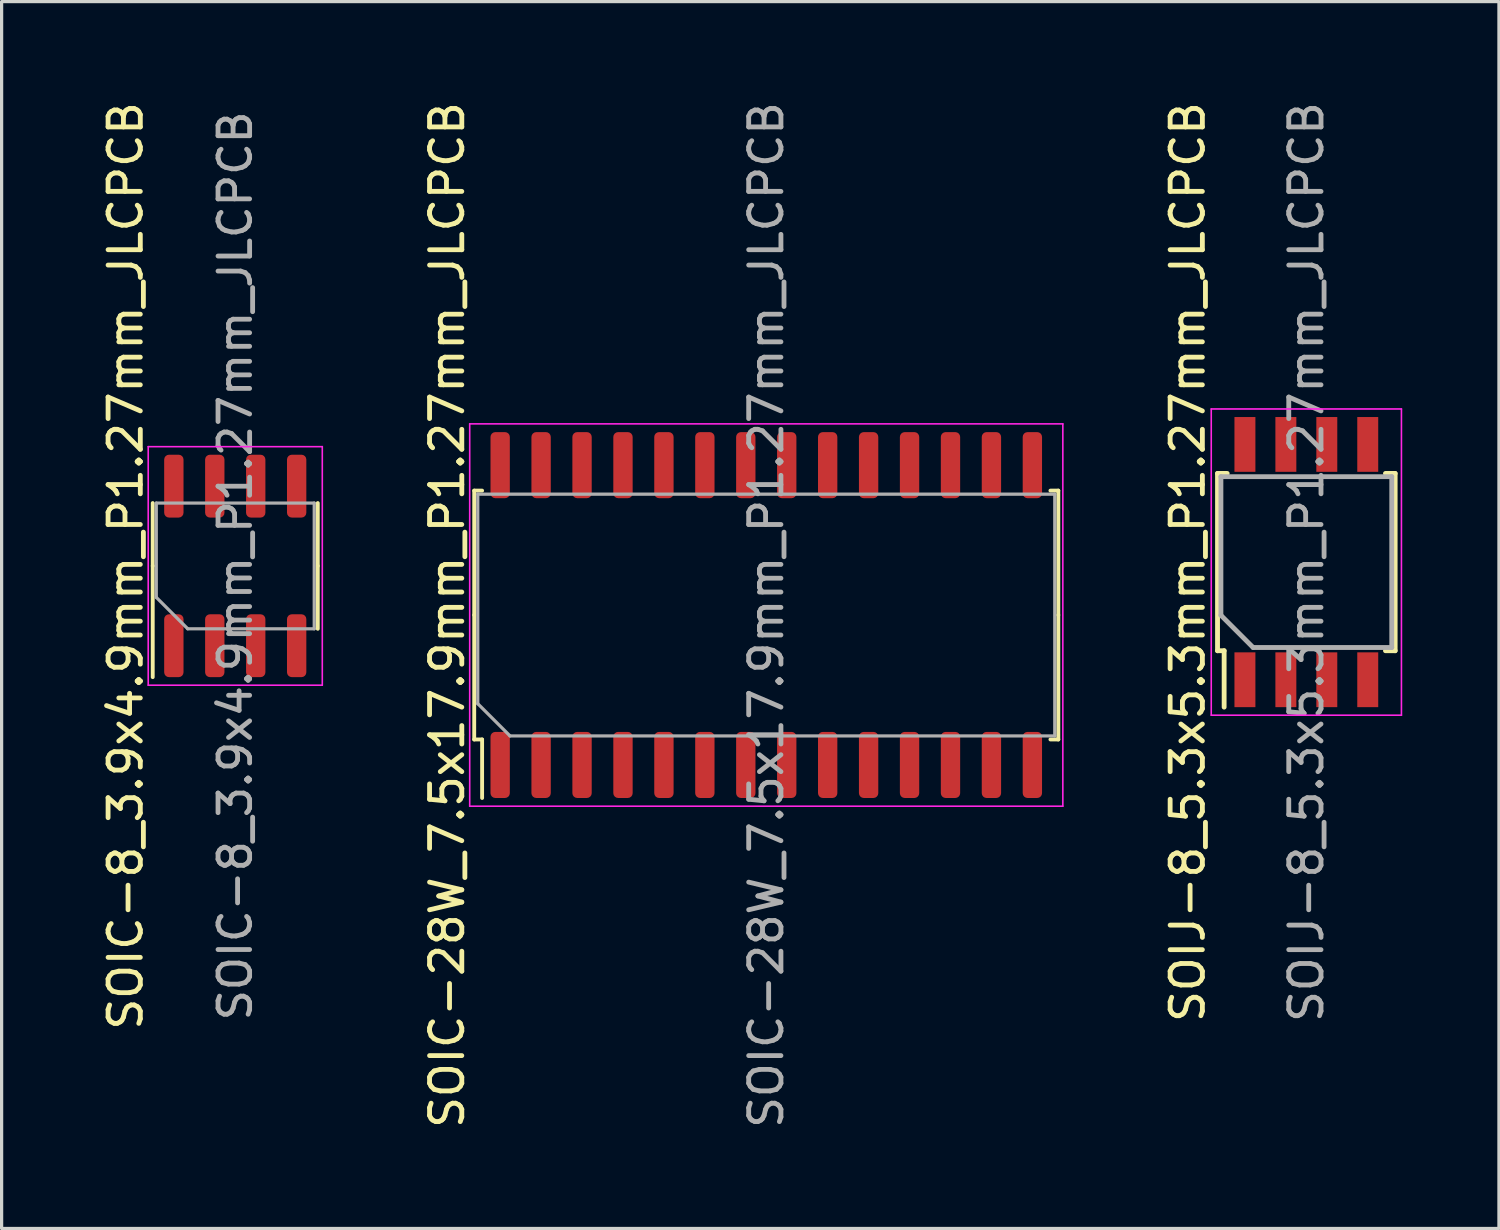
<source format=kicad_pcb>
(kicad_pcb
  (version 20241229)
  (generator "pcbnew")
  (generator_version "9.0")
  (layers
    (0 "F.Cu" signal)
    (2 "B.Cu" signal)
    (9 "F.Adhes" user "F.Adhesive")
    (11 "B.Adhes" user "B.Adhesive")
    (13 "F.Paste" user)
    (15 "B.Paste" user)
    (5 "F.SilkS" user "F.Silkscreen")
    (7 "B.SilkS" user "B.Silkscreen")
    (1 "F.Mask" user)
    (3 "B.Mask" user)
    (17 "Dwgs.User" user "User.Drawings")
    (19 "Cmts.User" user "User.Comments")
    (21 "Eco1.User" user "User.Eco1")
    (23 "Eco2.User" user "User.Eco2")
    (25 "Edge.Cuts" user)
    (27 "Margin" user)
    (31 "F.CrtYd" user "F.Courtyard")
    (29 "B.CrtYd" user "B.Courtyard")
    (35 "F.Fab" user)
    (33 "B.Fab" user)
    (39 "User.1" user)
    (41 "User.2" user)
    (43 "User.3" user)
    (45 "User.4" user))
  (footprint "SOIC-28W_7.5x17.9mm_P1.27mm_JLCPCB"
    (layer "F.Cu")
    (at 20.721 16.03)
    (property "Reference" "SOIC-28W_7.5x17.9mm_P1.27mm_JLCPCB" (at -9.9 0 90) (layer "F.SilkS") (effects (font (size 1 1) (thickness 0.15))))
    (attr smd)
    (fp_line (start -9.06 -3.86) (end -8.815 -3.86) (stroke (width 0.12) (type solid)) (layer "F.SilkS"))
    (fp_line (start -9.06 0) (end -9.06 -3.86) (stroke (width 0.12) (type solid)) (layer "F.SilkS"))
    (fp_line (start -9.06 0) (end -9.06 3.86) (stroke (width 0.12) (type solid)) (layer "F.SilkS"))
    (fp_line (start -9.06 3.86) (end -8.815 3.86) (stroke (width 0.12) (type solid)) (layer "F.SilkS"))
    (fp_line (start -8.815 3.86) (end -8.815 5.675) (stroke (width 0.12) (type solid)) (layer "F.SilkS"))
    (fp_line (start 9.06 -3.86) (end 8.815 -3.86) (stroke (width 0.12) (type solid)) (layer "F.SilkS"))
    (fp_line (start 9.06 0) (end 9.06 -3.86) (stroke (width 0.12) (type solid)) (layer "F.SilkS"))
    (fp_line (start 9.06 0) (end 9.06 3.86) (stroke (width 0.12) (type solid)) (layer "F.SilkS"))
    (fp_line (start 9.06 3.86) (end 8.815 3.86) (stroke (width 0.12) (type solid)) (layer "F.SilkS"))
    (fp_line (start -9.2 -5.93) (end -9.2 5.93) (stroke (width 0.05) (type solid)) (layer "F.CrtYd"))
    (fp_line (start -9.2 5.93) (end 9.2 5.93) (stroke (width 0.05) (type solid)) (layer "F.CrtYd"))
    (fp_line (start 9.2 -5.93) (end -9.2 -5.93) (stroke (width 0.05) (type solid)) (layer "F.CrtYd"))
    (fp_line (start 9.2 5.93) (end 9.2 -5.93) (stroke (width 0.05) (type solid)) (layer "F.CrtYd"))
    (fp_line (start -8.95 -3.75) (end 8.95 -3.75) (stroke (width 0.1) (type solid)) (layer "F.Fab"))
    (fp_line (start -8.95 2.75) (end -8.95 -3.75) (stroke (width 0.1) (type solid)) (layer "F.Fab"))
    (fp_line (start -7.95 3.75) (end -8.95 2.75) (stroke (width 0.1) (type solid)) (layer "F.Fab"))
    (fp_line (start 8.95 -3.75) (end 8.95 3.75) (stroke (width 0.1) (type solid)) (layer "F.Fab"))
    (fp_line (start 8.95 3.75) (end -7.95 3.75) (stroke (width 0.1) (type solid)) (layer "F.Fab"))
    (fp_text user "${REFERENCE}" (at 0 0 90) (layer "F.Fab") (effects (font (size 1 1) (thickness 0.15))))
    (pad "1" smd roundrect (at -8.255 4.65 90) (size 2.05 0.6) (layers "F.Cu" "F.Mask" "F.Paste") (roundrect_rratio 0.25))
    (pad "2" smd roundrect (at -6.985 4.65 90) (size 2.05 0.6) (layers "F.Cu" "F.Mask" "F.Paste") (roundrect_rratio 0.25))
    (pad "3" smd roundrect (at -5.715 4.65 90) (size 2.05 0.6) (layers "F.Cu" "F.Mask" "F.Paste") (roundrect_rratio 0.25))
    (pad "4" smd roundrect (at -4.445 4.65 90) (size 2.05 0.6) (layers "F.Cu" "F.Mask" "F.Paste") (roundrect_rratio 0.25))
    (pad "5" smd roundrect (at -3.175 4.65 90) (size 2.05 0.6) (layers "F.Cu" "F.Mask" "F.Paste") (roundrect_rratio 0.25))
    (pad "6" smd roundrect (at -1.905 4.65 90) (size 2.05 0.6) (layers "F.Cu" "F.Mask" "F.Paste") (roundrect_rratio 0.25))
    (pad "7" smd roundrect (at -0.635 4.65 90) (size 2.05 0.6) (layers "F.Cu" "F.Mask" "F.Paste") (roundrect_rratio 0.25))
    (pad "8" smd roundrect (at 0.635 4.65 90) (size 2.05 0.6) (layers "F.Cu" "F.Mask" "F.Paste") (roundrect_rratio 0.25))
    (pad "9" smd roundrect (at 1.905 4.65 90) (size 2.05 0.6) (layers "F.Cu" "F.Mask" "F.Paste") (roundrect_rratio 0.25))
    (pad "10" smd roundrect (at 3.175 4.65 90) (size 2.05 0.6) (layers "F.Cu" "F.Mask" "F.Paste") (roundrect_rratio 0.25))
    (pad "11" smd roundrect (at 4.445 4.65 90) (size 2.05 0.6) (layers "F.Cu" "F.Mask" "F.Paste") (roundrect_rratio 0.25))
    (pad "12" smd roundrect (at 5.715 4.65 90) (size 2.05 0.6) (layers "F.Cu" "F.Mask" "F.Paste") (roundrect_rratio 0.25))
    (pad "13" smd roundrect (at 6.985 4.65 90) (size 2.05 0.6) (layers "F.Cu" "F.Mask" "F.Paste") (roundrect_rratio 0.25))
    (pad "14" smd roundrect (at 8.255 4.65 90) (size 2.05 0.6) (layers "F.Cu" "F.Mask" "F.Paste") (roundrect_rratio 0.25))
    (pad "15" smd roundrect (at 8.255 -4.65 90) (size 2.05 0.6) (layers "F.Cu" "F.Mask" "F.Paste") (roundrect_rratio 0.25))
    (pad "16" smd roundrect (at 6.985 -4.65 90) (size 2.05 0.6) (layers "F.Cu" "F.Mask" "F.Paste") (roundrect_rratio 0.25))
    (pad "17" smd roundrect (at 5.715 -4.65 90) (size 2.05 0.6) (layers "F.Cu" "F.Mask" "F.Paste") (roundrect_rratio 0.25))
    (pad "18" smd roundrect (at 4.445 -4.65 90) (size 2.05 0.6) (layers "F.Cu" "F.Mask" "F.Paste") (roundrect_rratio 0.25))
    (pad "19" smd roundrect (at 3.175 -4.65 90) (size 2.05 0.6) (layers "F.Cu" "F.Mask" "F.Paste") (roundrect_rratio 0.25))
    (pad "20" smd roundrect (at 1.905 -4.65 90) (size 2.05 0.6) (layers "F.Cu" "F.Mask" "F.Paste") (roundrect_rratio 0.25))
    (pad "21" smd roundrect (at 0.635 -4.65 90) (size 2.05 0.6) (layers "F.Cu" "F.Mask" "F.Paste") (roundrect_rratio 0.25))
    (pad "22" smd roundrect (at -0.635 -4.65 90) (size 2.05 0.6) (layers "F.Cu" "F.Mask" "F.Paste") (roundrect_rratio 0.25))
    (pad "23" smd roundrect (at -1.905 -4.65 90) (size 2.05 0.6) (layers "F.Cu" "F.Mask" "F.Paste") (roundrect_rratio 0.25))
    (pad "24" smd roundrect (at -3.175 -4.65 90) (size 2.05 0.6) (layers "F.Cu" "F.Mask" "F.Paste") (roundrect_rratio 0.25))
    (pad "25" smd roundrect (at -4.445 -4.65 90) (size 2.05 0.6) (layers "F.Cu" "F.Mask" "F.Paste") (roundrect_rratio 0.25))
    (pad "26" smd roundrect (at -5.715 -4.65 90) (size 2.05 0.6) (layers "F.Cu" "F.Mask" "F.Paste") (roundrect_rratio 0.25))
    (pad "27" smd roundrect (at -6.985 -4.65 90) (size 2.05 0.6) (layers "F.Cu" "F.Mask" "F.Paste") (roundrect_rratio 0.25))
    (pad "28" smd roundrect (at -8.255 -4.65 90) (size 2.05 0.6) (layers "F.Cu" "F.Mask" "F.Paste") (roundrect_rratio 0.25)))
  (footprint "SOIJ-8_5.3x5.3mm_P1.27mm_JLCPCB"
    (layer "F.Cu")
    (at 37.475 14.387)
    (property "Reference" "SOIJ-8_5.3x5.3mm_P1.27mm_JLCPCB" (at -3.68 0 90) (layer "F.SilkS") (effects (font (size 1 1) (thickness 0.15))))
    (attr smd)
    (fp_line (start -2.755 -2.75) (end -2.455 -2.75) (stroke (width 0.15) (type solid)) (layer "F.SilkS"))
    (fp_line (start -2.755 2.75) (end -2.755 -2.75) (stroke (width 0.15) (type solid)) (layer "F.SilkS"))
    (fp_line (start -2.755 2.75) (end -2.55 2.75) (stroke (width 0.15) (type solid)) (layer "F.SilkS"))
    (fp_line (start -2.55 2.75) (end -2.55 4.5) (stroke (width 0.15) (type solid)) (layer "F.SilkS"))
    (fp_line (start 2.755 -2.75) (end 2.455 -2.75) (stroke (width 0.15) (type solid)) (layer "F.SilkS"))
    (fp_line (start 2.755 2.75) (end 2.455 2.75) (stroke (width 0.15) (type solid)) (layer "F.SilkS"))
    (fp_line (start 2.755 2.75) (end 2.755 -2.75) (stroke (width 0.15) (type solid)) (layer "F.SilkS"))
    (fp_line (start -2.95 -4.75) (end 2.95 -4.75) (stroke (width 0.05) (type solid)) (layer "F.CrtYd"))
    (fp_line (start -2.95 4.75) (end -2.95 -4.75) (stroke (width 0.05) (type solid)) (layer "F.CrtYd"))
    (fp_line (start -2.95 4.75) (end 2.95 4.75) (stroke (width 0.05) (type solid)) (layer "F.CrtYd"))
    (fp_line (start 2.95 4.75) (end 2.95 -4.75) (stroke (width 0.05) (type solid)) (layer "F.CrtYd"))
    (fp_line (start -2.65 -2.65) (end 2.65 -2.65) (stroke (width 0.15) (type solid)) (layer "F.Fab"))
    (fp_line (start -2.65 1.65) (end -2.65 -2.65) (stroke (width 0.15) (type solid)) (layer "F.Fab"))
    (fp_line (start -1.65 2.65) (end -2.65 1.65) (stroke (width 0.15) (type solid)) (layer "F.Fab"))
    (fp_line (start 2.65 -2.65) (end 2.65 2.65) (stroke (width 0.15) (type solid)) (layer "F.Fab"))
    (fp_line (start 2.65 2.65) (end -1.65 2.65) (stroke (width 0.15) (type solid)) (layer "F.Fab"))
    (fp_text user "${REFERENCE}" (at 0 0 90) (layer "F.Fab") (effects (font (size 1 1) (thickness 0.15))))
    (pad "1" smd rect (at -1.905 3.65 90) (size 1.7 0.65) (layers "F.Cu" "F.Mask" "F.Paste"))
    (pad "2" smd rect (at -0.635 3.65 90) (size 1.7 0.65) (layers "F.Cu" "F.Mask" "F.Paste"))
    (pad "3" smd rect (at 0.635 3.65 90) (size 1.7 0.65) (layers "F.Cu" "F.Mask" "F.Paste"))
    (pad "4" smd rect (at 1.905 3.65 90) (size 1.7 0.65) (layers "F.Cu" "F.Mask" "F.Paste"))
    (pad "5" smd rect (at 1.905 -3.65 90) (size 1.7 0.65) (layers "F.Cu" "F.Mask" "F.Paste"))
    (pad "6" smd rect (at 0.635 -3.65 90) (size 1.7 0.65) (layers "F.Cu" "F.Mask" "F.Paste"))
    (pad "7" smd rect (at -0.635 -3.65 90) (size 1.7 0.65) (layers "F.Cu" "F.Mask" "F.Paste"))
    (pad "8" smd rect (at -1.905 -3.65 90) (size 1.7 0.65) (layers "F.Cu" "F.Mask" "F.Paste")))
  (footprint "SOIC-8_3.9x4.9mm_P1.27mm_JLCPCB"
    (layer "F.Cu")
    (at 4.248 14.506)
    (property "Reference" "SOIC-8_3.9x4.9mm_P1.27mm_JLCPCB" (at -3.4 0 90) (layer "F.SilkS") (effects (font (size 1 1) (thickness 0.15))))
    (attr smd)
    (fp_line (start -2.56 0) (end -2.56 -1.95) (stroke (width 0.12) (type solid)) (layer "F.SilkS"))
    (fp_line (start -2.56 0) (end -2.56 3.45) (stroke (width 0.12) (type solid)) (layer "F.SilkS"))
    (fp_line (start 2.56 0) (end 2.56 -1.95) (stroke (width 0.12) (type solid)) (layer "F.SilkS"))
    (fp_line (start 2.56 0) (end 2.56 1.95) (stroke (width 0.12) (type solid)) (layer "F.SilkS"))
    (fp_line (start -2.7 -3.7) (end -2.7 3.7) (stroke (width 0.05) (type solid)) (layer "F.CrtYd"))
    (fp_line (start -2.7 3.7) (end 2.7 3.7) (stroke (width 0.05) (type solid)) (layer "F.CrtYd"))
    (fp_line (start 2.7 -3.7) (end -2.7 -3.7) (stroke (width 0.05) (type solid)) (layer "F.CrtYd"))
    (fp_line (start 2.7 3.7) (end 2.7 -3.7) (stroke (width 0.05) (type solid)) (layer "F.CrtYd"))
    (fp_line (start -2.45 -1.95) (end 2.45 -1.95) (stroke (width 0.1) (type solid)) (layer "F.Fab"))
    (fp_line (start -2.45 0.975) (end -2.45 -1.95) (stroke (width 0.1) (type solid)) (layer "F.Fab"))
    (fp_line (start -1.475 1.95) (end -2.45 0.975) (stroke (width 0.1) (type solid)) (layer "F.Fab"))
    (fp_line (start 2.45 -1.95) (end 2.45 1.95) (stroke (width 0.1) (type solid)) (layer "F.Fab"))
    (fp_line (start 2.45 1.95) (end -1.475 1.95) (stroke (width 0.1) (type solid)) (layer "F.Fab"))
    (fp_text user "${REFERENCE}" (at 0 0 90) (layer "F.Fab") (effects (font (size 0.98 0.98) (thickness 0.15))))
    (pad "1" smd roundrect (at -1.905 2.475 90) (size 1.95 0.6) (layers "F.Cu" "F.Mask" "F.Paste") (roundrect_rratio 0.25))
    (pad "2" smd roundrect (at -0.635 2.475 90) (size 1.95 0.6) (layers "F.Cu" "F.Mask" "F.Paste") (roundrect_rratio 0.25))
    (pad "3" smd roundrect (at 0.635 2.475 90) (size 1.95 0.6) (layers "F.Cu" "F.Mask" "F.Paste") (roundrect_rratio 0.25))
    (pad "4" smd roundrect (at 1.905 2.475 90) (size 1.95 0.6) (layers "F.Cu" "F.Mask" "F.Paste") (roundrect_rratio 0.25))
    (pad "5" smd roundrect (at 1.905 -2.475 90) (size 1.95 0.6) (layers "F.Cu" "F.Mask" "F.Paste") (roundrect_rratio 0.25))
    (pad "6" smd roundrect (at 0.635 -2.475 90) (size 1.95 0.6) (layers "F.Cu" "F.Mask" "F.Paste") (roundrect_rratio 0.25))
    (pad "7" smd roundrect (at -0.635 -2.475 90) (size 1.95 0.6) (layers "F.Cu" "F.Mask" "F.Paste") (roundrect_rratio 0.25))
    (pad "8" smd roundrect (at -1.905 -2.475 90) (size 1.95 0.6) (layers "F.Cu" "F.Mask" "F.Paste") (roundrect_rratio 0.25)))
  (gr_rect
    (start -3 -3)
    (end 43.45 35.06)
    (stroke (width 0.1) (type default))
    (fill no)
    (layer "Edge.Cuts")))
</source>
